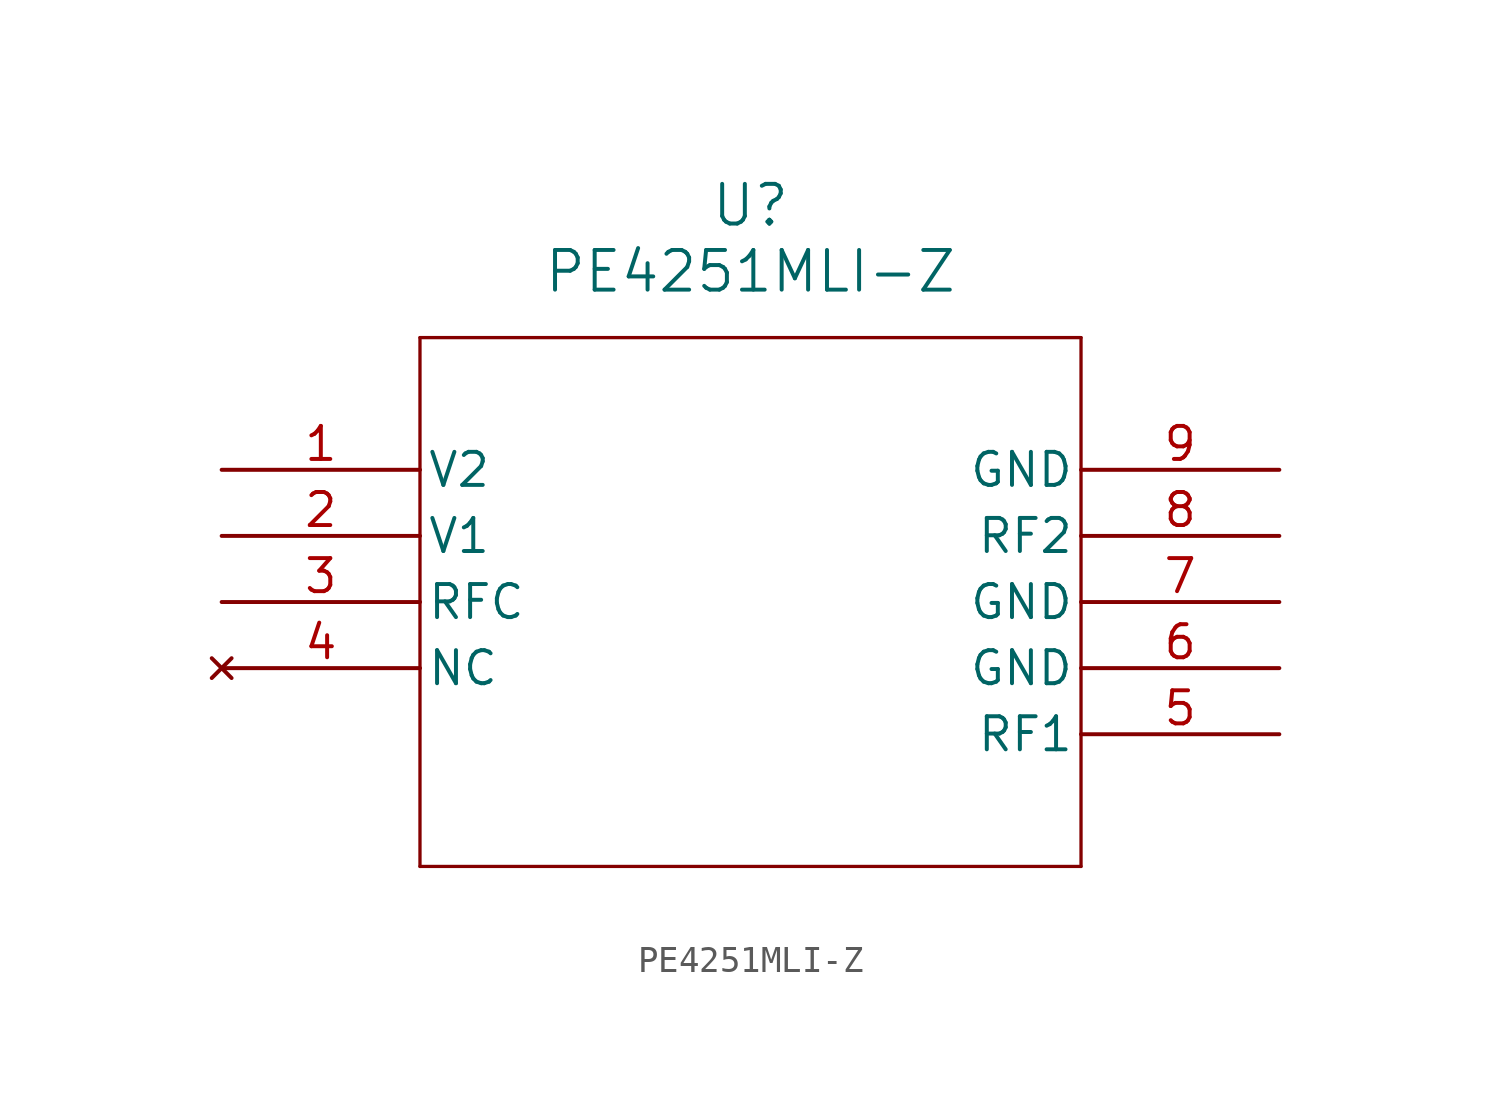
<source format=kicad_sym>
(kicad_symbol_lib
  (version 20211014)
  (generator kicad_symbol_editor)
  (symbol "PE4251MLI-Z"
    (pin_names
      (offset 0.254))
    (property "Reference" "U"
      (at 20.32 10.16 0)
      (effects (font (size 1.524 1.524))))
    (property "Value" "PE4251MLI-Z"
      (at 20.32 7.62 0)
      (effects (font (size 1.524 1.524))))
    (symbol "PE4251MLI-Z_0_1"
      (polyline (pts (xy 7.62 5.08) (xy 7.62 -15.24)) (stroke (width 0.127) (type default) (color 0 0 0 0)) (fill (type none)))
      (polyline (pts (xy 7.62 -15.24) (xy 33.02 -15.24)) (stroke (width 0.127) (type default) (color 0 0 0 0)) (fill (type none)))
      (polyline (pts (xy 33.02 -15.24) (xy 33.02 5.08)) (stroke (width 0.127) (type default) (color 0 0 0 0)) (fill (type none)))
      (polyline (pts (xy 33.02 5.08) (xy 7.62 5.08)) (stroke (width 0.127) (type default) (color 0 0 0 0)) (fill (type none)))
      (pin input line (at 0 0 0) (length 7.62) (name "V2" (effects (font (size 1.27 1.27)))) (number "1" (effects (font (size 1.27 1.27)))))
      (pin input line (at 0 -2.54 0) (length 7.62) (name "V1" (effects (font (size 1.27 1.27)))) (number "2" (effects (font (size 1.27 1.27)))))
      (pin unspecified line (at 0 -5.08 0) (length 7.62) (name "RFC" (effects (font (size 1.27 1.27)))) (number "3" (effects (font (size 1.27 1.27)))))
      (pin no_connect line (at 0 -7.62 0) (length 7.62) (name "NC" (effects (font (size 1.27 1.27)))) (number "4" (effects (font (size 1.27 1.27)))))
      (pin bidirectional line (at 40.64 -10.16 180) (length 7.62) (name "RF1" (effects (font (size 1.27 1.27)))) (number "5" (effects (font (size 1.27 1.27)))))
      (pin power_out line (at 40.64 -7.62 180) (length 7.62) (name "GND" (effects (font (size 1.27 1.27)))) (number "6" (effects (font (size 1.27 1.27)))))
      (pin power_out line (at 40.64 -5.08 180) (length 7.62) (name "GND" (effects (font (size 1.27 1.27)))) (number "7" (effects (font (size 1.27 1.27)))))
      (pin bidirectional line (at 40.64 -2.54 180) (length 7.62) (name "RF2" (effects (font (size 1.27 1.27)))) (number "8" (effects (font (size 1.27 1.27)))))
      (pin power_out line (at 40.64 0 180) (length 7.62) (name "GND" (effects (font (size 1.27 1.27)))) (number "9" (effects (font (size 1.27 1.27))))))))
</source>
